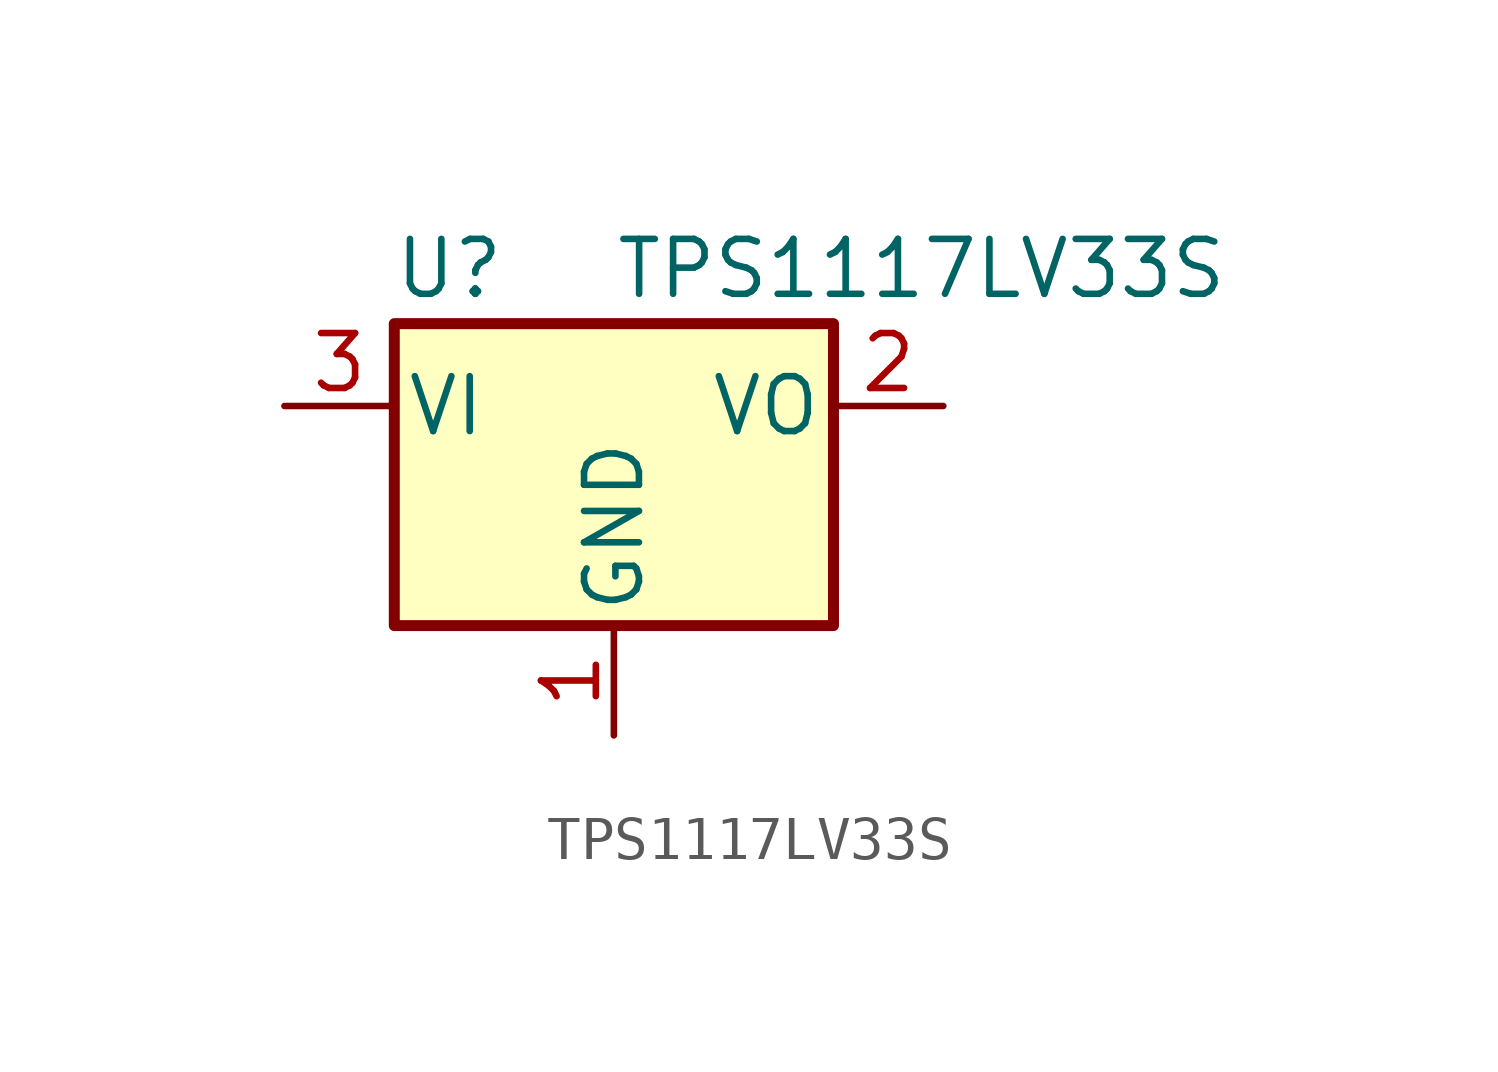
<source format=kicad_sym>
(kicad_symbol_lib
  (version 20220914)
  (generator kicad_symbol_editor)
  (symbol "TPS1117LV33S"
    (pin_names
      (offset 0.254))
    (property "Reference" "U"
      (at -3.81 3.175 0)
      (effects (font (size 1.27 1.27))))
    (property "Value" "TPS1117LV33S"
      (at 0 3.175 0)
      (effects (font (size 1.27 1.27)) (justify left)))
    (symbol "TPS1117LV33S_0_1"
      (rectangle (start -5.08 1.905) (end 5.08 -5.08) (stroke (width 0.254) (type default)) (fill (type background))))
    (symbol "TPS1117LV33S_1_1"
      (pin power_in line (at 0 -7.62 90) (length 2.54) (name "GND" (effects (font (size 1.27 1.27)))) (number "1" (effects (font (size 1.27 1.27)))))
      (pin power_out line (at 7.62 0 180) (length 2.54) (name "VO" (effects (font (size 1.27 1.27)))) (number "2" (effects (font (size 1.27 1.27)))))
      (pin power_in line (at -7.62 0 0) (length 2.54) (name "VI" (effects (font (size 1.27 1.27)))) (number "3" (effects (font (size 1.27 1.27))))))))
</source>
